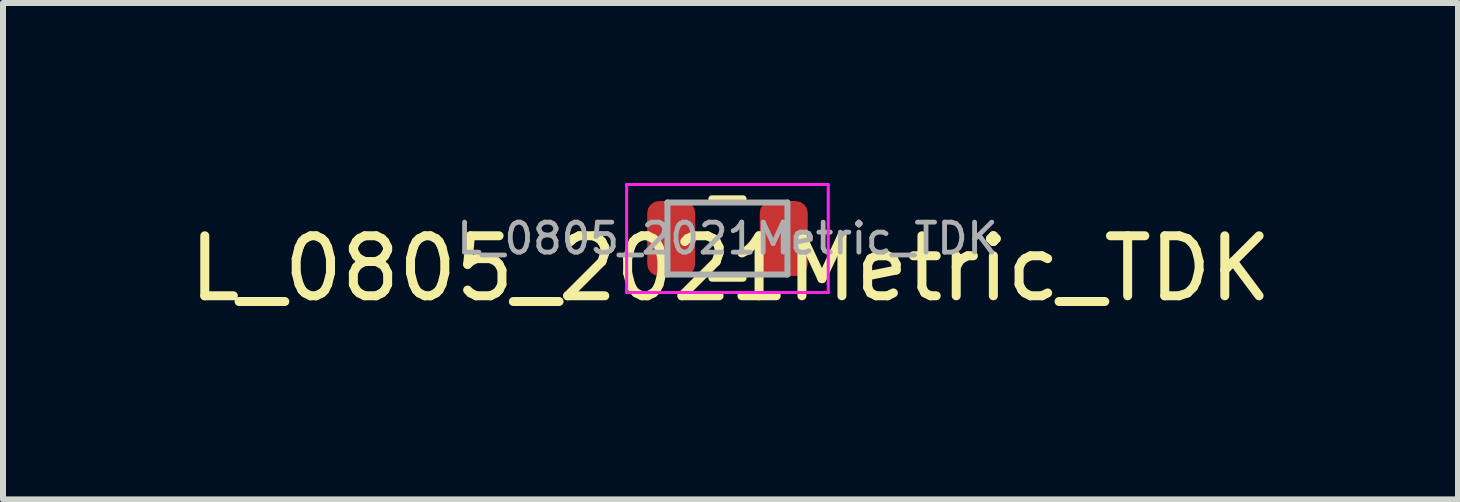
<source format=kicad_pcb>
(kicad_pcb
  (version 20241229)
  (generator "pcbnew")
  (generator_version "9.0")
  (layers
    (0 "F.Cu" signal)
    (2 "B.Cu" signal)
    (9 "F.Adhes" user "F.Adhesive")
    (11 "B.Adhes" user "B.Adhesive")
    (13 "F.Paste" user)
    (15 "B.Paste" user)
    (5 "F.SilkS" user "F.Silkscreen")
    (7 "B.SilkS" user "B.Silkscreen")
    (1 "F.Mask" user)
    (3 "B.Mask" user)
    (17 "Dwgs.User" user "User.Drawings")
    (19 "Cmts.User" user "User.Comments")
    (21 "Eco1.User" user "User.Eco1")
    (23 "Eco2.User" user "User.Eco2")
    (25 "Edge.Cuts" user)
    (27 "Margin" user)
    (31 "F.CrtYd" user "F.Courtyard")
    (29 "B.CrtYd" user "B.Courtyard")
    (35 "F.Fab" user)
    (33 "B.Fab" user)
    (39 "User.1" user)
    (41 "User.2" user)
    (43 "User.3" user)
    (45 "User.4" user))
  (footprint "L_0805_2021Metric_TDK"
    (layer "F.Cu")
    (at 9.125 0.925)
    (property "Reference" "L_0805_2021Metric_TDK" (at 0 0.5 0) (layer "F.SilkS") (effects (font (size 1 1) (thickness 0.15))))
    (attr through_hole)
    (fp_line (start -0.309 -0.66) (end 0.208 -0.66) (stroke (width 0.12) (type solid)) (layer "F.SilkS"))
    (fp_line (start -0.309 0.66) (end 0.208 0.66) (stroke (width 0.12) (type solid)) (layer "F.SilkS"))
    (fp_line (start -1.731 -0.9) (end 1.629 -0.9) (stroke (width 0.05) (type solid)) (layer "F.CrtYd"))
    (fp_line (start -1.731 0.9) (end -1.731 -0.9) (stroke (width 0.05) (type solid)) (layer "F.CrtYd"))
    (fp_line (start 1.629 -0.9) (end 1.629 0.9) (stroke (width 0.05) (type solid)) (layer "F.CrtYd"))
    (fp_line (start 1.629 0.9) (end -1.731 0.9) (stroke (width 0.05) (type solid)) (layer "F.CrtYd"))
    (fp_line (start -1.051 -0.6) (end 0.949 -0.6) (stroke (width 0.1) (type solid)) (layer "F.Fab"))
    (fp_line (start -1.051 0.6) (end -1.051 -0.6) (stroke (width 0.1) (type solid)) (layer "F.Fab"))
    (fp_line (start 0.949 -0.6) (end 0.949 0.6) (stroke (width 0.1) (type solid)) (layer "F.Fab"))
    (fp_line (start 0.949 0.6) (end -1.051 0.6) (stroke (width 0.1) (type solid)) (layer "F.Fab"))
    (fp_text user "${REFERENCE}" (at -0.051 0 0) (layer "F.Fab") (effects (font (size 0.5 0.5) (thickness 0.08))))
    (pad "1" smd roundrect (at -0.988 0) (size 0.8 1.25) (layers "F.Cu" "F.Mask" "F.Paste") (roundrect_rratio 0.25))
    (pad "2" smd roundrect (at 0.887 0) (size 0.8 1.25) (layers "F.Cu" "F.Mask" "F.Paste") (roundrect_rratio 0.25)))
  (gr_rect
    (start -3 -3)
    (end 21.25 5.273)
    (stroke (width 0.1) (type default))
    (fill no)
    (layer "Edge.Cuts")))
</source>
